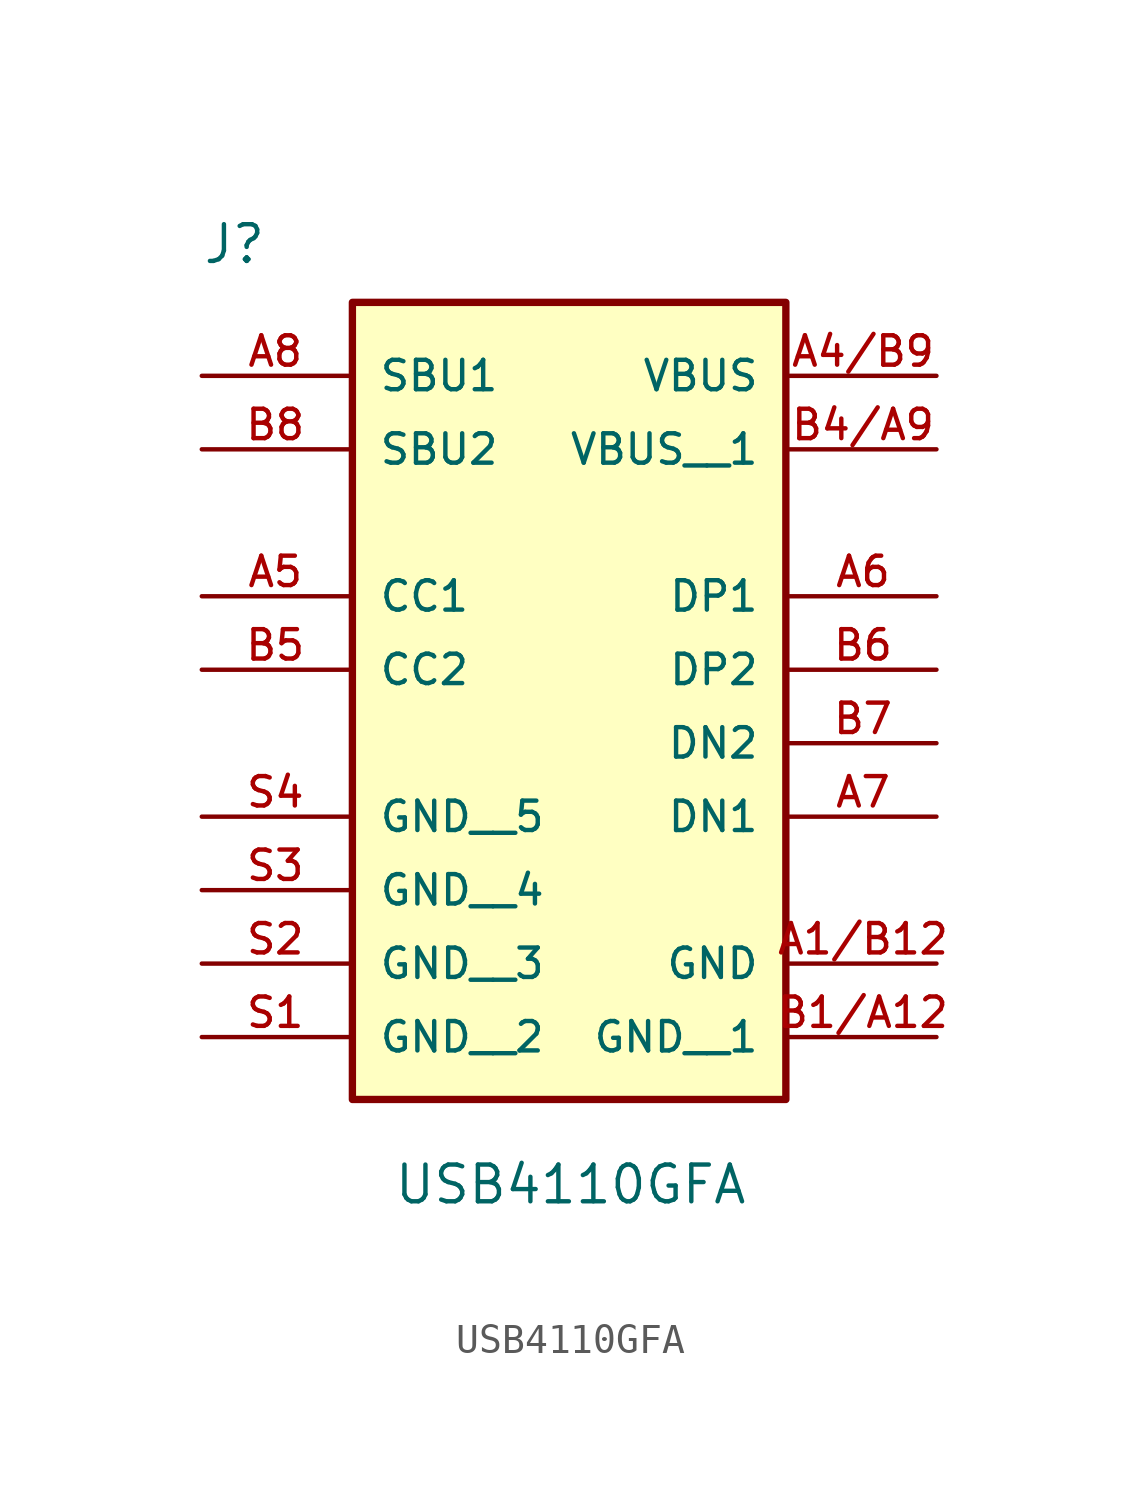
<source format=kicad_sym>
(kicad_symbol_lib
  (version 20231120)
  (generator "kicad_symbol_editor")
  (generator_version "8.0")
  (symbol "USB4110GFA"
    (pin_names
      (offset 1.016))
    (property "Reference" "J"
      (at -12.7 11.43 0)
      (effects (font (size 1.27 1.27)) (justify left bottom)))
    (property "Value" "USB4110GFA"
      (at -6.096 -21.082 0)
      (effects (font (size 1.27 1.27)) (justify left bottom)))
    (symbol "USB4110GFA_0_0"
      (rectangle (start -7.493 10.16) (end 7.493 -17.399) (stroke (width 0.254) (type default)) (fill (type background)))
      (pin power_in line (at 12.7 -12.7 180) (length 5.08) (name "GND" (effects (font (size 1.016 1.016)))) (number "A1/B12" (effects (font (size 1.016 1.016)))))
      (pin power_in line (at 12.7 7.62 180) (length 5.08) (name "VBUS" (effects (font (size 1.016 1.016)))) (number "A4/B9" (effects (font (size 1.016 1.016)))))
      (pin bidirectional line (at -12.7 0 0) (length 5.08) (name "CC1" (effects (font (size 1.016 1.016)))) (number "A5" (effects (font (size 1.016 1.016)))))
      (pin bidirectional line (at 12.7 0 180) (length 5.08) (name "DP1" (effects (font (size 1.016 1.016)))) (number "A6" (effects (font (size 1.016 1.016)))))
      (pin bidirectional line (at 12.7 -7.62 180) (length 5.08) (name "DN1" (effects (font (size 1.016 1.016)))) (number "A7" (effects (font (size 1.016 1.016)))))
      (pin bidirectional line (at -12.7 7.62 0) (length 5.08) (name "SBU1" (effects (font (size 1.016 1.016)))) (number "A8" (effects (font (size 1.016 1.016)))))
      (pin power_in line (at 12.7 -15.24 180) (length 5.08) (name "GND__1" (effects (font (size 1.016 1.016)))) (number "B1/A12" (effects (font (size 1.016 1.016)))))
      (pin power_in line (at 12.7 5.08 180) (length 5.08) (name "VBUS__1" (effects (font (size 1.016 1.016)))) (number "B4/A9" (effects (font (size 1.016 1.016)))))
      (pin bidirectional line (at -12.7 -2.54 0) (length 5.08) (name "CC2" (effects (font (size 1.016 1.016)))) (number "B5" (effects (font (size 1.016 1.016)))))
      (pin bidirectional line (at 12.7 -2.54 180) (length 5.08) (name "DP2" (effects (font (size 1.016 1.016)))) (number "B6" (effects (font (size 1.016 1.016)))))
      (pin bidirectional line (at 12.7 -5.08 180) (length 5.08) (name "DN2" (effects (font (size 1.016 1.016)))) (number "B7" (effects (font (size 1.016 1.016)))))
      (pin bidirectional line (at -12.7 5.08 0) (length 5.08) (name "SBU2" (effects (font (size 1.016 1.016)))) (number "B8" (effects (font (size 1.016 1.016)))))
      (pin power_in line (at -12.7 -15.24 0) (length 5.08) (name "GND__2" (effects (font (size 1.016 1.016)))) (number "S1" (effects (font (size 1.016 1.016)))))
      (pin power_in line (at -12.7 -12.7 0) (length 5.08) (name "GND__3" (effects (font (size 1.016 1.016)))) (number "S2" (effects (font (size 1.016 1.016)))))
      (pin power_in line (at -12.7 -10.16 0) (length 5.08) (name "GND__4" (effects (font (size 1.016 1.016)))) (number "S3" (effects (font (size 1.016 1.016)))))
      (pin power_in line (at -12.7 -7.62 0) (length 5.08) (name "GND__5" (effects (font (size 1.016 1.016)))) (number "S4" (effects (font (size 1.016 1.016))))))))
</source>
